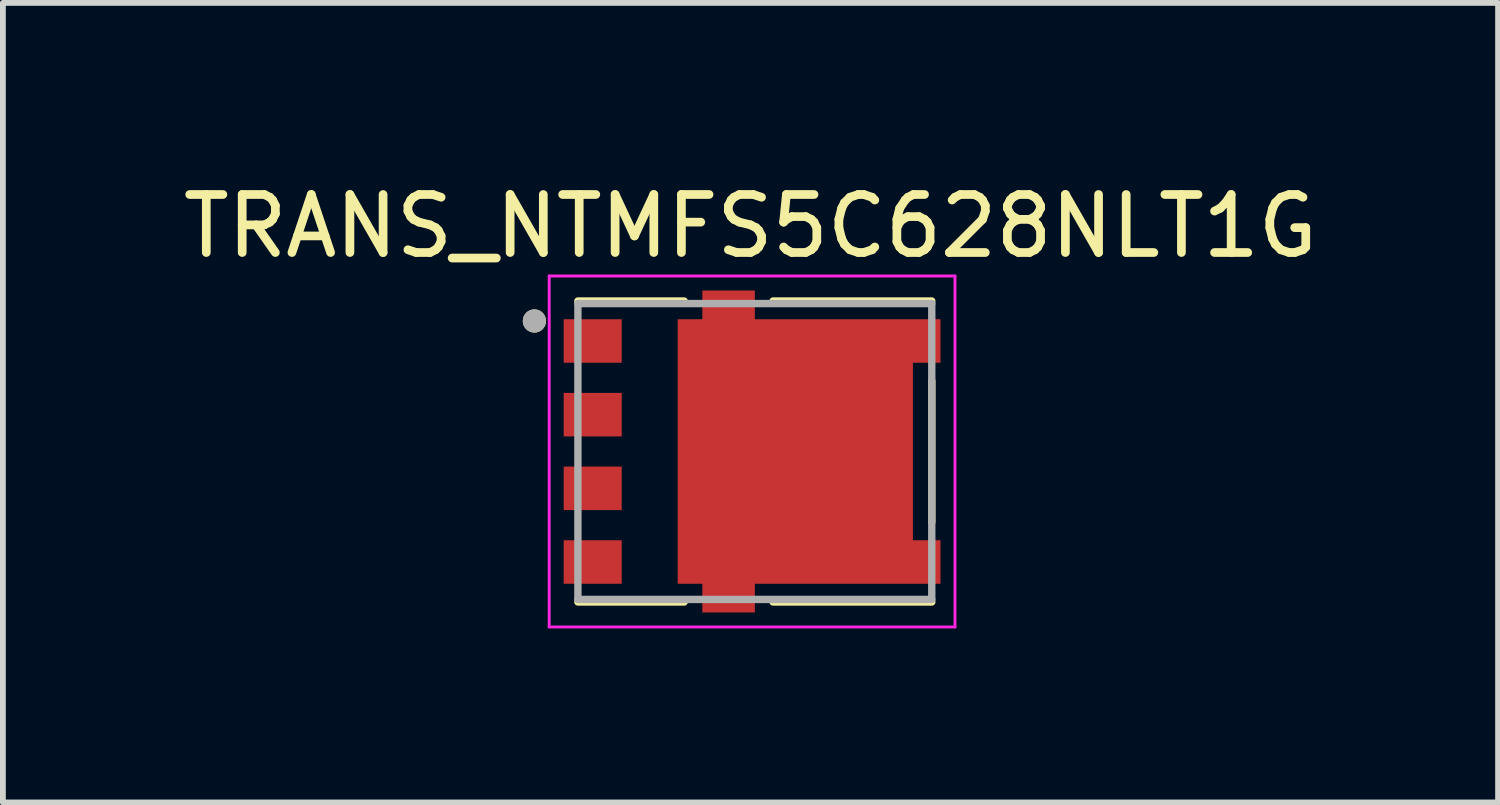
<source format=kicad_pcb>
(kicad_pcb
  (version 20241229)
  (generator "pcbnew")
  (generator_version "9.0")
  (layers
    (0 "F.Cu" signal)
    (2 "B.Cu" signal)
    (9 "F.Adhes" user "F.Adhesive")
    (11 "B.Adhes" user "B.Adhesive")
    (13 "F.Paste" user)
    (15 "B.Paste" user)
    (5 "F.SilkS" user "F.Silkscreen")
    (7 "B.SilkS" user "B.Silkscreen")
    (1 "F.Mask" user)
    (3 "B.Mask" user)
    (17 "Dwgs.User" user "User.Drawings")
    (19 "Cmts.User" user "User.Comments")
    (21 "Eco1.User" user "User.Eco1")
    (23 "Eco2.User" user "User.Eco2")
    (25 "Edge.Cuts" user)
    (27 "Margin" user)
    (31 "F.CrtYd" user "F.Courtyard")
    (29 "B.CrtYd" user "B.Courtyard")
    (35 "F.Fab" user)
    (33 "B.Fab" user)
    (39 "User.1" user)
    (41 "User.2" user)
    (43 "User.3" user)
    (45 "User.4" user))
  (footprint "TRANS_NTMFS5C628NLT1G"
    (layer "F.Cu")
    (at 9.962 4.733)
    (property "Reference" "TRANS_NTMFS5C628NLT1G" (at -0.075 -3.885 0) (layer "F.SilkS") (effects (font (size 1 1) (thickness 0.15))))
    (attr through_hole)
    (fp_poly (pts (xy -1.43 2.38) (xy -1.43 -2.38) (xy -1.005 -2.38) (xy -1.005 -2.875) (xy 0.1 -2.875) (xy 0.1 -2.38) (xy 3.3 -2.38) (xy 3.3 -1.43) (xy 2.825 -1.43) (xy 2.825 1.43) (xy 3.3 1.43) (xy 3.3 2.38) (xy 0.1 2.38) (xy 0.1 2.875) (xy -1.005 2.875) (xy -1.005 2.38)) (stroke (width 0.0001) (type solid)) (fill yes) (layer "F.Mask"))
    (fp_line (start -3.05 2.594) (end -1.218 2.594) (stroke (width 0.127) (type solid)) (layer "F.SilkS"))
    (fp_line (start -1.218 -2.594) (end -3.05 -2.594) (stroke (width 0.127) (type solid)) (layer "F.SilkS"))
    (fp_line (start 0.314 2.594) (end 3.05 2.594) (stroke (width 0.127) (type solid)) (layer "F.SilkS"))
    (fp_line (start 3.05 -2.594) (end 0.314 -2.594) (stroke (width 0.127) (type solid)) (layer "F.SilkS"))
    (fp_line (start 3.05 1.216) (end 3.05 -1.216) (stroke (width 0.127) (type solid)) (layer "F.SilkS"))
    (fp_circle (center -3.8 -2.25) (end -3.7 -2.25) (stroke (width 0.2) (type solid)) (fill no) (layer "F.SilkS"))
    (fp_poly (pts (xy -0.85 -1.95) (xy 0.5 -1.95) (xy 0.5 -1.2) (xy -0.85 -1.2)) (stroke (width 0.01) (type solid)) (fill yes) (layer "F.Paste"))
    (fp_poly (pts (xy -0.85 -0.9) (xy 0.5 -0.9) (xy 0.5 -0.15) (xy -0.85 -0.15)) (stroke (width 0.01) (type solid)) (fill yes) (layer "F.Paste"))
    (fp_poly (pts (xy -0.85 0.15) (xy 0.5 0.15) (xy 0.5 0.9) (xy -0.85 0.9)) (stroke (width 0.01) (type solid)) (fill yes) (layer "F.Paste"))
    (fp_poly (pts (xy -0.85 1.2) (xy 0.5 1.2) (xy 0.5 1.95) (xy -0.85 1.95)) (stroke (width 0.01) (type solid)) (fill yes) (layer "F.Paste"))
    (fp_poly (pts (xy 0.9 -1.95) (xy 2.25 -1.95) (xy 2.25 -1.2) (xy 0.9 -1.2)) (stroke (width 0.01) (type solid)) (fill yes) (layer "F.Paste"))
    (fp_poly (pts (xy 0.9 -0.9) (xy 2.25 -0.9) (xy 2.25 -0.15) (xy 0.9 -0.15)) (stroke (width 0.01) (type solid)) (fill yes) (layer "F.Paste"))
    (fp_poly (pts (xy 0.9 0.15) (xy 2.25 0.15) (xy 2.25 0.9) (xy 0.9 0.9)) (stroke (width 0.01) (type solid)) (fill yes) (layer "F.Paste"))
    (fp_poly (pts (xy 0.9 1.2) (xy 2.25 1.2) (xy 2.25 1.95) (xy 0.9 1.95)) (stroke (width 0.01) (type solid)) (fill yes) (layer "F.Paste"))
    (fp_line (start -3.545 -3.025) (end 3.45 -3.025) (stroke (width 0.05) (type solid)) (layer "F.CrtYd"))
    (fp_line (start -3.545 3.025) (end -3.545 -3.025) (stroke (width 0.05) (type solid)) (layer "F.CrtYd"))
    (fp_line (start 3.45 -3.025) (end 3.45 3.025) (stroke (width 0.05) (type solid)) (layer "F.CrtYd"))
    (fp_line (start 3.45 3.025) (end -3.545 3.025) (stroke (width 0.05) (type solid)) (layer "F.CrtYd"))
    (fp_line (start -3.05 -2.55) (end -3.05 2.55) (stroke (width 0.127) (type solid)) (layer "F.Fab"))
    (fp_line (start -3.05 2.55) (end 3.05 2.55) (stroke (width 0.127) (type solid)) (layer "F.Fab"))
    (fp_line (start 3.05 -2.55) (end -3.05 -2.55) (stroke (width 0.127) (type solid)) (layer "F.Fab"))
    (fp_line (start 3.05 2.55) (end 3.05 -2.55) (stroke (width 0.127) (type solid)) (layer "F.Fab"))
    (fp_circle (center -3.8 -2.25) (end -3.7 -2.25) (stroke (width 0.2) (type solid)) (fill no) (layer "F.Fab"))
    (pad "1" smd rect (at -2.795 -1.905) (size 1 0.75) (layers "F.Cu" "F.Mask" "F.Paste"))
    (pad "2" smd rect (at -2.795 -0.635) (size 1 0.75) (layers "F.Cu" "F.Mask" "F.Paste"))
    (pad "3" smd rect (at -2.795 0.635) (size 1 0.75) (layers "F.Cu" "F.Mask" "F.Paste"))
    (pad "4" smd rect (at -2.795 1.905) (size 1 0.75) (layers "F.Cu" "F.Mask" "F.Paste"))
    (pad "5" smd custom (at 0 0) (size 1 1) (layers "F.Cu" "F.Mask") (options (anchor rect)) (primitives (gr_poly (pts (xy -1.33 2.28) (xy -1.33 -2.28) (xy -0.905 -2.28) (xy -0.905 -2.775) (xy 0 -2.775) (xy 0 -2.28) (xy 3.2 -2.28) (xy 3.2 -1.53) (xy 2.725 -1.53) (xy 2.725 1.53) (xy 3.2 1.53) (xy 3.2 2.28) (xy 0 2.28) (xy 0 2.775) (xy -0.905 2.775) (xy -0.905 2.28)) (width 0.0001) (fill yes)))))
  (gr_rect
    (start -3 -3)
    (end 22.774 10.783)
    (stroke (width 0.1) (type default))
    (fill no)
    (layer "Edge.Cuts")))
</source>
